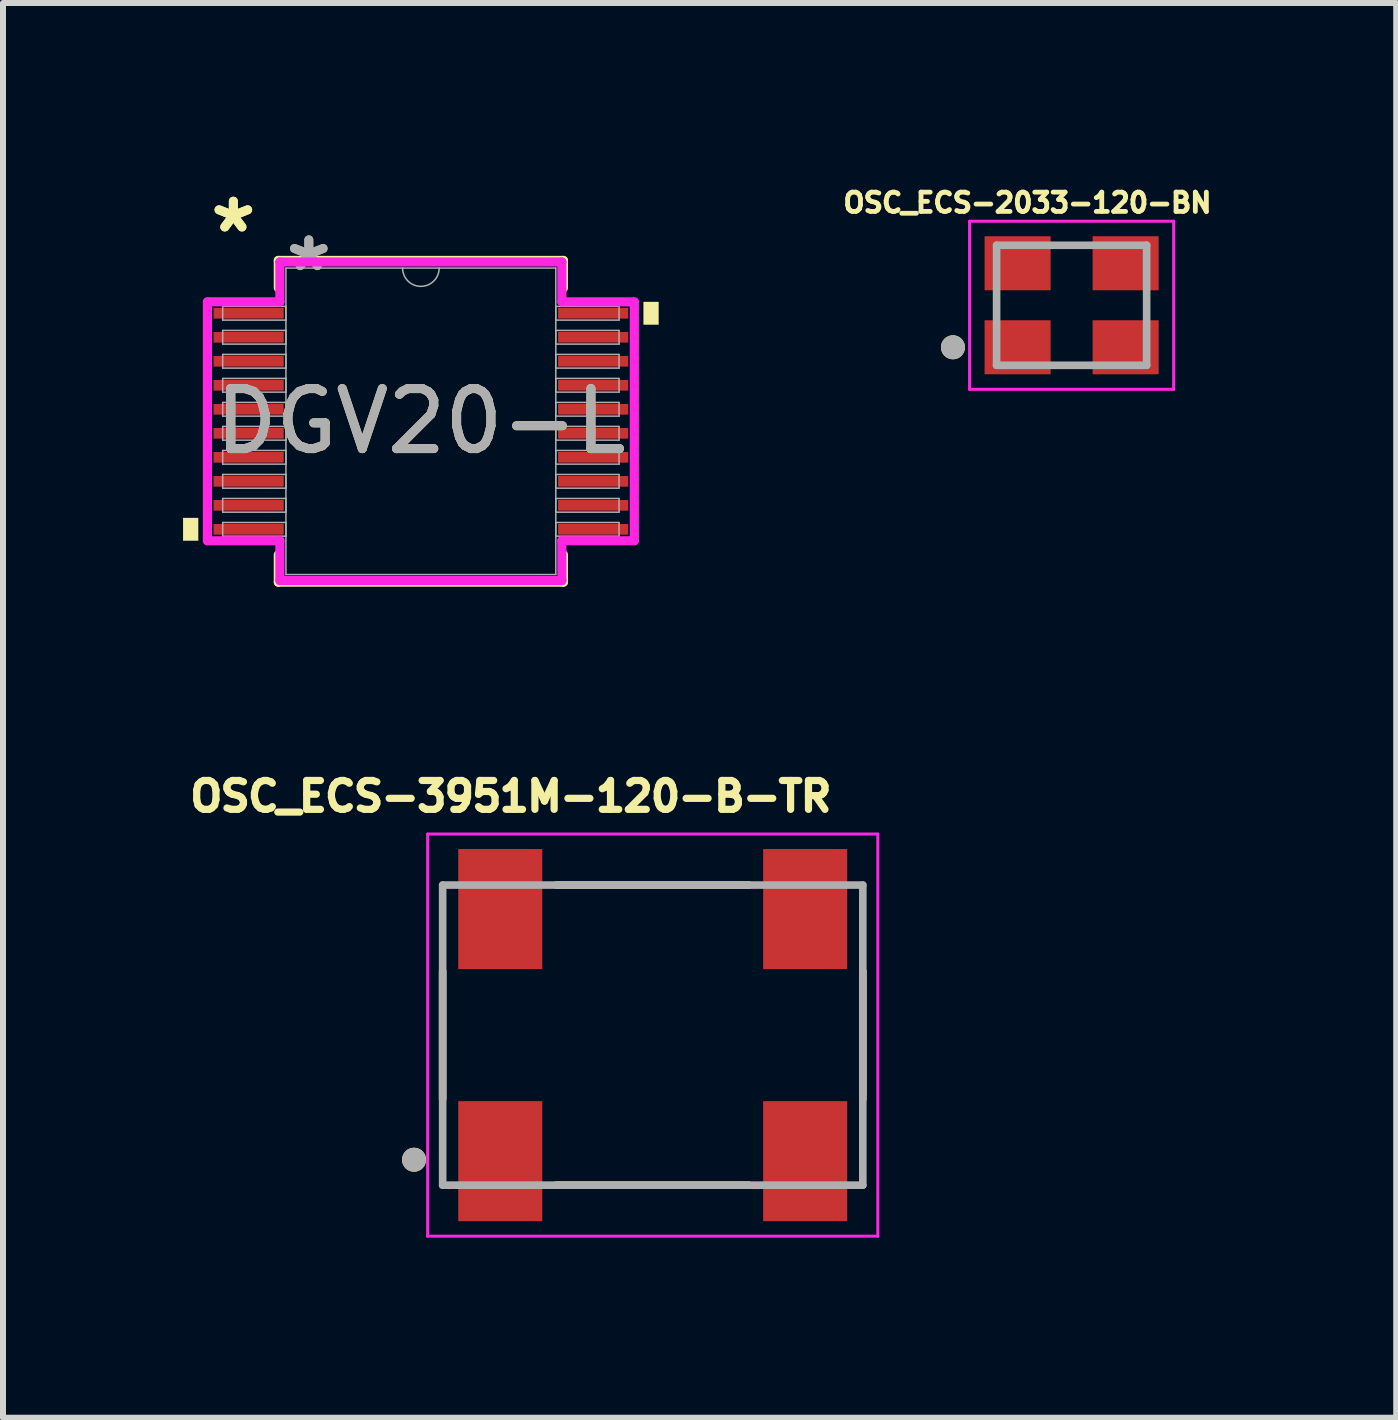
<source format=kicad_pcb>
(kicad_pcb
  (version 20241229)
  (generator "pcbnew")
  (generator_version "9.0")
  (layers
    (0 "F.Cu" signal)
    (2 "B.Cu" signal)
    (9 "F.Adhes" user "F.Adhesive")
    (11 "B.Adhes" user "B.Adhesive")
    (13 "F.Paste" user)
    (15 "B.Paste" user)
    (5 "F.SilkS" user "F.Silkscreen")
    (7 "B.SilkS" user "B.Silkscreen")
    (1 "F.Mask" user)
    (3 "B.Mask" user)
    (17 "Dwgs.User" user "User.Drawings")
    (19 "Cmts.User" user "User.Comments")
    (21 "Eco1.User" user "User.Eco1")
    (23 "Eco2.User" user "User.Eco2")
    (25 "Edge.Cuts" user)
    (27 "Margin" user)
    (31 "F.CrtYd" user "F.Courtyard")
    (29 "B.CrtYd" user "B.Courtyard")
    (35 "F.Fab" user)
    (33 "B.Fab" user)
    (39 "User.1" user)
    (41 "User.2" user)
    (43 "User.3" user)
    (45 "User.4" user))
  (footprint "OSC_ECS-3951M-120-B-TR"
    (layer "F.Cu")
    (at 7.825 14.196)
    (property "Reference" "OSC_ECS-3951M-120-B-TR" (at -2.364 -3.978 0) (layer "F.SilkS") (effects (font (size 0.481 0.481) (thickness 0.15))))
    (attr smd)
    (fp_line (start -3.5 -1.065) (end -3.5 1.065) (stroke (width 0.127) (type solid)) (layer "F.SilkS"))
    (fp_line (start -1.605 -2.5) (end 1.605 -2.5) (stroke (width 0.127) (type solid)) (layer "F.SilkS"))
    (fp_line (start -1.605 2.5) (end 1.605 2.5) (stroke (width 0.127) (type solid)) (layer "F.SilkS"))
    (fp_line (start 3.5 -1.065) (end 3.5 1.065) (stroke (width 0.127) (type solid)) (layer "F.SilkS"))
    (fp_circle (center -3.977 2.076) (end -3.877 2.076) (stroke (width 0.2) (type solid)) (fill no) (layer "F.SilkS"))
    (fp_line (start -3.75 -3.35) (end -3.75 3.35) (stroke (width 0.05) (type solid)) (layer "F.CrtYd"))
    (fp_line (start -3.75 -3.35) (end 3.75 -3.35) (stroke (width 0.05) (type solid)) (layer "F.CrtYd"))
    (fp_line (start -3.75 3.35) (end 3.75 3.35) (stroke (width 0.05) (type solid)) (layer "F.CrtYd"))
    (fp_line (start 3.75 3.35) (end 3.75 -3.35) (stroke (width 0.05) (type solid)) (layer "F.CrtYd"))
    (fp_line (start -3.5 -2.5) (end 3.5 -2.5) (stroke (width 0.127) (type solid)) (layer "F.Fab"))
    (fp_line (start -3.5 2.5) (end -3.5 -2.5) (stroke (width 0.127) (type solid)) (layer "F.Fab"))
    (fp_line (start 3.5 -2.5) (end 3.5 2.5) (stroke (width 0.127) (type solid)) (layer "F.Fab"))
    (fp_line (start 3.5 2.5) (end -3.5 2.5) (stroke (width 0.127) (type solid)) (layer "F.Fab"))
    (fp_circle (center -3.977 2.076) (end -3.877 2.076) (stroke (width 0.2) (type solid)) (fill no) (layer "F.Fab"))
    (pad "1" smd rect (at -2.54 2.1) (size 1.4 2) (layers "F.Cu" "F.Mask" "F.Paste"))
    (pad "2" smd rect (at 2.54 2.1) (size 1.4 2) (layers "F.Cu" "F.Mask" "F.Paste"))
    (pad "3" smd rect (at 2.54 -2.1) (size 1.4 2) (layers "F.Cu" "F.Mask" "F.Paste"))
    (pad "4" smd rect (at -2.54 -2.1) (size 1.4 2) (layers "F.Cu" "F.Mask" "F.Paste")))
  (footprint "DGV20-L"
    (layer "F.Cu")
    (at 3.962 3.969)
    (property "Reference" "DGV20-L" (at 0 0 0) (unlocked yes) (layer "F.SilkS") (effects (font (size 1 1) (thickness 0.15))))
    (attr smd)
    (fp_line (start -2.375 -2.68) (end -2.375 -2.222) (stroke (width 0.152) (type solid)) (layer "F.SilkS"))
    (fp_line (start -2.375 2.222) (end -2.375 2.68) (stroke (width 0.152) (type solid)) (layer "F.SilkS"))
    (fp_line (start -2.375 2.68) (end 2.375 2.68) (stroke (width 0.152) (type solid)) (layer "F.SilkS"))
    (fp_line (start 2.375 -2.68) (end -2.375 -2.68) (stroke (width 0.152) (type solid)) (layer "F.SilkS"))
    (fp_line (start 2.375 -2.222) (end 2.375 -2.68) (stroke (width 0.152) (type solid)) (layer "F.SilkS"))
    (fp_line (start 2.375 2.68) (end 2.375 2.222) (stroke (width 0.152) (type solid)) (layer "F.SilkS"))
    (fp_poly (pts (xy -3.962 1.609) (xy -3.962 1.99) (xy -3.708 1.99) (xy -3.708 1.609)) (stroke (width 0) (type solid)) (fill yes) (layer "F.SilkS"))
    (fp_poly (pts (xy 3.962 -1.99) (xy 3.962 -1.609) (xy 3.708 -1.609) (xy 3.708 -1.99)) (stroke (width 0) (type solid)) (fill yes) (layer "F.SilkS"))
    (fp_line (start -3.556 -1.99) (end -2.349 -1.99) (stroke (width 0.152) (type solid)) (layer "F.CrtYd"))
    (fp_line (start -3.556 1.99) (end -3.556 -1.99) (stroke (width 0.152) (type solid)) (layer "F.CrtYd"))
    (fp_line (start -3.556 1.99) (end -2.349 1.99) (stroke (width 0.152) (type solid)) (layer "F.CrtYd"))
    (fp_line (start -2.349 -2.654) (end 2.349 -2.654) (stroke (width 0.152) (type solid)) (layer "F.CrtYd"))
    (fp_line (start -2.349 -1.99) (end -2.349 -2.654) (stroke (width 0.152) (type solid)) (layer "F.CrtYd"))
    (fp_line (start -2.349 2.654) (end -2.349 1.99) (stroke (width 0.152) (type solid)) (layer "F.CrtYd"))
    (fp_line (start 2.349 -2.654) (end 2.349 -1.99) (stroke (width 0.152) (type solid)) (layer "F.CrtYd"))
    (fp_line (start 2.349 1.99) (end 2.349 2.654) (stroke (width 0.152) (type solid)) (layer "F.CrtYd"))
    (fp_line (start 2.349 2.654) (end -2.349 2.654) (stroke (width 0.152) (type solid)) (layer "F.CrtYd"))
    (fp_line (start 3.556 -1.99) (end 2.349 -1.99) (stroke (width 0.152) (type solid)) (layer "F.CrtYd"))
    (fp_line (start 3.556 -1.99) (end 3.556 1.99) (stroke (width 0.152) (type solid)) (layer "F.CrtYd"))
    (fp_line (start 3.556 1.99) (end 2.349 1.99) (stroke (width 0.152) (type solid)) (layer "F.CrtYd"))
    (fp_line (start -3.302 -1.914) (end -3.302 -1.686) (stroke (width 0.025) (type solid)) (layer "F.Fab"))
    (fp_line (start -3.302 -1.686) (end -2.248 -1.686) (stroke (width 0.025) (type solid)) (layer "F.Fab"))
    (fp_line (start -3.302 -1.514) (end -3.302 -1.286) (stroke (width 0.025) (type solid)) (layer "F.Fab"))
    (fp_line (start -3.302 -1.286) (end -2.248 -1.286) (stroke (width 0.025) (type solid)) (layer "F.Fab"))
    (fp_line (start -3.302 -1.114) (end -3.302 -0.886) (stroke (width 0.025) (type solid)) (layer "F.Fab"))
    (fp_line (start -3.302 -0.886) (end -2.248 -0.886) (stroke (width 0.025) (type solid)) (layer "F.Fab"))
    (fp_line (start -3.302 -0.714) (end -3.302 -0.486) (stroke (width 0.025) (type solid)) (layer "F.Fab"))
    (fp_line (start -3.302 -0.486) (end -2.248 -0.486) (stroke (width 0.025) (type solid)) (layer "F.Fab"))
    (fp_line (start -3.302 -0.314) (end -3.302 -0.086) (stroke (width 0.025) (type solid)) (layer "F.Fab"))
    (fp_line (start -3.302 -0.086) (end -2.248 -0.086) (stroke (width 0.025) (type solid)) (layer "F.Fab"))
    (fp_line (start -3.302 0.086) (end -3.302 0.314) (stroke (width 0.025) (type solid)) (layer "F.Fab"))
    (fp_line (start -3.302 0.314) (end -2.248 0.314) (stroke (width 0.025) (type solid)) (layer "F.Fab"))
    (fp_line (start -3.302 0.486) (end -3.302 0.714) (stroke (width 0.025) (type solid)) (layer "F.Fab"))
    (fp_line (start -3.302 0.714) (end -2.248 0.714) (stroke (width 0.025) (type solid)) (layer "F.Fab"))
    (fp_line (start -3.302 0.886) (end -3.302 1.114) (stroke (width 0.025) (type solid)) (layer "F.Fab"))
    (fp_line (start -3.302 1.114) (end -2.248 1.114) (stroke (width 0.025) (type solid)) (layer "F.Fab"))
    (fp_line (start -3.302 1.286) (end -3.302 1.514) (stroke (width 0.025) (type solid)) (layer "F.Fab"))
    (fp_line (start -3.302 1.514) (end -2.248 1.514) (stroke (width 0.025) (type solid)) (layer "F.Fab"))
    (fp_line (start -3.302 1.686) (end -3.302 1.914) (stroke (width 0.025) (type solid)) (layer "F.Fab"))
    (fp_line (start -3.302 1.914) (end -2.248 1.914) (stroke (width 0.025) (type solid)) (layer "F.Fab"))
    (fp_line (start -2.248 -2.553) (end -2.248 2.553) (stroke (width 0.025) (type solid)) (layer "F.Fab"))
    (fp_line (start -2.248 -1.914) (end -3.302 -1.914) (stroke (width 0.025) (type solid)) (layer "F.Fab"))
    (fp_line (start -2.248 -1.686) (end -2.248 -1.914) (stroke (width 0.025) (type solid)) (layer "F.Fab"))
    (fp_line (start -2.248 -1.514) (end -3.302 -1.514) (stroke (width 0.025) (type solid)) (layer "F.Fab"))
    (fp_line (start -2.248 -1.286) (end -2.248 -1.514) (stroke (width 0.025) (type solid)) (layer "F.Fab"))
    (fp_line (start -2.248 -1.114) (end -3.302 -1.114) (stroke (width 0.025) (type solid)) (layer "F.Fab"))
    (fp_line (start -2.248 -0.886) (end -2.248 -1.114) (stroke (width 0.025) (type solid)) (layer "F.Fab"))
    (fp_line (start -2.248 -0.714) (end -3.302 -0.714) (stroke (width 0.025) (type solid)) (layer "F.Fab"))
    (fp_line (start -2.248 -0.486) (end -2.248 -0.714) (stroke (width 0.025) (type solid)) (layer "F.Fab"))
    (fp_line (start -2.248 -0.314) (end -3.302 -0.314) (stroke (width 0.025) (type solid)) (layer "F.Fab"))
    (fp_line (start -2.248 -0.086) (end -2.248 -0.314) (stroke (width 0.025) (type solid)) (layer "F.Fab"))
    (fp_line (start -2.248 0.086) (end -3.302 0.086) (stroke (width 0.025) (type solid)) (layer "F.Fab"))
    (fp_line (start -2.248 0.314) (end -2.248 0.086) (stroke (width 0.025) (type solid)) (layer "F.Fab"))
    (fp_line (start -2.248 0.486) (end -3.302 0.486) (stroke (width 0.025) (type solid)) (layer "F.Fab"))
    (fp_line (start -2.248 0.714) (end -2.248 0.486) (stroke (width 0.025) (type solid)) (layer "F.Fab"))
    (fp_line (start -2.248 0.886) (end -3.302 0.886) (stroke (width 0.025) (type solid)) (layer "F.Fab"))
    (fp_line (start -2.248 1.114) (end -2.248 0.886) (stroke (width 0.025) (type solid)) (layer "F.Fab"))
    (fp_line (start -2.248 1.286) (end -3.302 1.286) (stroke (width 0.025) (type solid)) (layer "F.Fab"))
    (fp_line (start -2.248 1.514) (end -2.248 1.286) (stroke (width 0.025) (type solid)) (layer "F.Fab"))
    (fp_line (start -2.248 1.686) (end -3.302 1.686) (stroke (width 0.025) (type solid)) (layer "F.Fab"))
    (fp_line (start -2.248 1.914) (end -2.248 1.686) (stroke (width 0.025) (type solid)) (layer "F.Fab"))
    (fp_line (start -2.248 2.553) (end 2.248 2.553) (stroke (width 0.025) (type solid)) (layer "F.Fab"))
    (fp_line (start 2.248 -2.553) (end -2.248 -2.553) (stroke (width 0.025) (type solid)) (layer "F.Fab"))
    (fp_line (start 2.248 -1.914) (end 2.248 -1.686) (stroke (width 0.025) (type solid)) (layer "F.Fab"))
    (fp_line (start 2.248 -1.686) (end 3.302 -1.686) (stroke (width 0.025) (type solid)) (layer "F.Fab"))
    (fp_line (start 2.248 -1.514) (end 2.248 -1.286) (stroke (width 0.025) (type solid)) (layer "F.Fab"))
    (fp_line (start 2.248 -1.286) (end 3.302 -1.286) (stroke (width 0.025) (type solid)) (layer "F.Fab"))
    (fp_line (start 2.248 -1.114) (end 2.248 -0.886) (stroke (width 0.025) (type solid)) (layer "F.Fab"))
    (fp_line (start 2.248 -0.886) (end 3.302 -0.886) (stroke (width 0.025) (type solid)) (layer "F.Fab"))
    (fp_line (start 2.248 -0.714) (end 2.248 -0.486) (stroke (width 0.025) (type solid)) (layer "F.Fab"))
    (fp_line (start 2.248 -0.486) (end 3.302 -0.486) (stroke (width 0.025) (type solid)) (layer "F.Fab"))
    (fp_line (start 2.248 -0.314) (end 2.248 -0.086) (stroke (width 0.025) (type solid)) (layer "F.Fab"))
    (fp_line (start 2.248 -0.086) (end 3.302 -0.086) (stroke (width 0.025) (type solid)) (layer "F.Fab"))
    (fp_line (start 2.248 0.086) (end 2.248 0.314) (stroke (width 0.025) (type solid)) (layer "F.Fab"))
    (fp_line (start 2.248 0.314) (end 3.302 0.314) (stroke (width 0.025) (type solid)) (layer "F.Fab"))
    (fp_line (start 2.248 0.486) (end 2.248 0.714) (stroke (width 0.025) (type solid)) (layer "F.Fab"))
    (fp_line (start 2.248 0.714) (end 3.302 0.714) (stroke (width 0.025) (type solid)) (layer "F.Fab"))
    (fp_line (start 2.248 0.886) (end 2.248 1.114) (stroke (width 0.025) (type solid)) (layer "F.Fab"))
    (fp_line (start 2.248 1.114) (end 3.302 1.114) (stroke (width 0.025) (type solid)) (layer "F.Fab"))
    (fp_line (start 2.248 1.286) (end 2.248 1.514) (stroke (width 0.025) (type solid)) (layer "F.Fab"))
    (fp_line (start 2.248 1.514) (end 3.302 1.514) (stroke (width 0.025) (type solid)) (layer "F.Fab"))
    (fp_line (start 2.248 1.686) (end 2.248 1.914) (stroke (width 0.025) (type solid)) (layer "F.Fab"))
    (fp_line (start 2.248 1.914) (end 3.302 1.914) (stroke (width 0.025) (type solid)) (layer "F.Fab"))
    (fp_line (start 2.248 2.553) (end 2.248 -2.553) (stroke (width 0.025) (type solid)) (layer "F.Fab"))
    (fp_line (start 3.302 -1.914) (end 2.248 -1.914) (stroke (width 0.025) (type solid)) (layer "F.Fab"))
    (fp_line (start 3.302 -1.686) (end 3.302 -1.914) (stroke (width 0.025) (type solid)) (layer "F.Fab"))
    (fp_line (start 3.302 -1.514) (end 2.248 -1.514) (stroke (width 0.025) (type solid)) (layer "F.Fab"))
    (fp_line (start 3.302 -1.286) (end 3.302 -1.514) (stroke (width 0.025) (type solid)) (layer "F.Fab"))
    (fp_line (start 3.302 -1.114) (end 2.248 -1.114) (stroke (width 0.025) (type solid)) (layer "F.Fab"))
    (fp_line (start 3.302 -0.886) (end 3.302 -1.114) (stroke (width 0.025) (type solid)) (layer "F.Fab"))
    (fp_line (start 3.302 -0.714) (end 2.248 -0.714) (stroke (width 0.025) (type solid)) (layer "F.Fab"))
    (fp_line (start 3.302 -0.486) (end 3.302 -0.714) (stroke (width 0.025) (type solid)) (layer "F.Fab"))
    (fp_line (start 3.302 -0.314) (end 2.248 -0.314) (stroke (width 0.025) (type solid)) (layer "F.Fab"))
    (fp_line (start 3.302 -0.086) (end 3.302 -0.314) (stroke (width 0.025) (type solid)) (layer "F.Fab"))
    (fp_line (start 3.302 0.086) (end 2.248 0.086) (stroke (width 0.025) (type solid)) (layer "F.Fab"))
    (fp_line (start 3.302 0.314) (end 3.302 0.086) (stroke (width 0.025) (type solid)) (layer "F.Fab"))
    (fp_line (start 3.302 0.486) (end 2.248 0.486) (stroke (width 0.025) (type solid)) (layer "F.Fab"))
    (fp_line (start 3.302 0.714) (end 3.302 0.486) (stroke (width 0.025) (type solid)) (layer "F.Fab"))
    (fp_line (start 3.302 0.886) (end 2.248 0.886) (stroke (width 0.025) (type solid)) (layer "F.Fab"))
    (fp_line (start 3.302 1.114) (end 3.302 0.886) (stroke (width 0.025) (type solid)) (layer "F.Fab"))
    (fp_line (start 3.302 1.286) (end 2.248 1.286) (stroke (width 0.025) (type solid)) (layer "F.Fab"))
    (fp_line (start 3.302 1.514) (end 3.302 1.286) (stroke (width 0.025) (type solid)) (layer "F.Fab"))
    (fp_line (start 3.302 1.686) (end 2.248 1.686) (stroke (width 0.025) (type solid)) (layer "F.Fab"))
    (fp_line (start 3.302 1.914) (end 3.302 1.686) (stroke (width 0.025) (type solid)) (layer "F.Fab"))
    (fp_arc (start 0.3048 -2.5527) (mid 0 -2.2479) (end -0.3048 -2.5527) (stroke (width 0.0254) (type solid)) (layer "F.Fab"))
    (fp_text user "*" (at -3.124 -3.121 0) (unlocked yes) (layer "F.SilkS") (effects (font (size 1 1) (thickness 0.15))))
    (fp_text user "*" (at -3.124 -3.121 0) (layer "F.SilkS") (effects (font (size 1 1) (thickness 0.15))))
    (fp_text user "*" (at -1.867 -2.477 0) (unlocked yes) (layer "F.Fab") (effects (font (size 1 1) (thickness 0.15))))
    (fp_text user "*" (at -1.867 -2.477 0) (layer "F.Fab") (effects (font (size 1 1) (thickness 0.15))))
    (fp_text user "${REFERENCE}" (at 0 0 0) (unlocked yes) (layer "F.Fab") (effects (font (size 1 1) (thickness 0.15))))
    (pad "1" smd rect (at -2.87 -1.8) (size 1.168 0.178) (layers "F.Cu" "F.Mask" "F.Paste"))
    (pad "2" smd rect (at -2.87 -1.4) (size 1.168 0.178) (layers "F.Cu" "F.Mask" "F.Paste"))
    (pad "3" smd rect (at -2.87 -1) (size 1.168 0.178) (layers "F.Cu" "F.Mask" "F.Paste"))
    (pad "4" smd rect (at -2.87 -0.6) (size 1.168 0.178) (layers "F.Cu" "F.Mask" "F.Paste"))
    (pad "5" smd rect (at -2.87 -0.2) (size 1.168 0.178) (layers "F.Cu" "F.Mask" "F.Paste"))
    (pad "6" smd rect (at -2.87 0.2) (size 1.168 0.178) (layers "F.Cu" "F.Mask" "F.Paste"))
    (pad "7" smd rect (at -2.87 0.6) (size 1.168 0.178) (layers "F.Cu" "F.Mask" "F.Paste"))
    (pad "8" smd rect (at -2.87 1) (size 1.168 0.178) (layers "F.Cu" "F.Mask" "F.Paste"))
    (pad "9" smd rect (at -2.87 1.4) (size 1.168 0.178) (layers "F.Cu" "F.Mask" "F.Paste"))
    (pad "10" smd rect (at -2.87 1.8) (size 1.168 0.178) (layers "F.Cu" "F.Mask" "F.Paste"))
    (pad "11" smd rect (at 2.87 1.8) (size 1.168 0.178) (layers "F.Cu" "F.Mask" "F.Paste"))
    (pad "12" smd rect (at 2.87 1.4) (size 1.168 0.178) (layers "F.Cu" "F.Mask" "F.Paste"))
    (pad "13" smd rect (at 2.87 1) (size 1.168 0.178) (layers "F.Cu" "F.Mask" "F.Paste"))
    (pad "14" smd rect (at 2.87 0.6) (size 1.168 0.178) (layers "F.Cu" "F.Mask" "F.Paste"))
    (pad "15" smd rect (at 2.87 0.2) (size 1.168 0.178) (layers "F.Cu" "F.Mask" "F.Paste"))
    (pad "16" smd rect (at 2.87 -0.2) (size 1.168 0.178) (layers "F.Cu" "F.Mask" "F.Paste"))
    (pad "17" smd rect (at 2.87 -0.6) (size 1.168 0.178) (layers "F.Cu" "F.Mask" "F.Paste"))
    (pad "18" smd rect (at 2.87 -1) (size 1.168 0.178) (layers "F.Cu" "F.Mask" "F.Paste"))
    (pad "19" smd rect (at 2.87 -1.4) (size 1.168 0.178) (layers "F.Cu" "F.Mask" "F.Paste"))
    (pad "20" smd rect (at 2.87 -1.8) (size 1.168 0.178) (layers "F.Cu" "F.Mask" "F.Paste")))
  (footprint "OSC_ECS-2033-120-BN"
    (layer "F.Cu")
    (at 14.804 2.036)
    (property "Reference" "OSC_ECS-2033-120-BN" (at -0.736 -1.708 0) (layer "F.SilkS") (effects (font (size 0.321 0.321) (thickness 0.15))))
    (attr smd)
    (fp_circle (center -1.977 0.7) (end -1.877 0.7) (stroke (width 0.2) (type solid)) (fill no) (layer "F.SilkS"))
    (fp_line (start -1.7 -1.4) (end 1.7 -1.4) (stroke (width 0.05) (type solid)) (layer "F.CrtYd"))
    (fp_line (start -1.7 1.4) (end -1.7 -1.4) (stroke (width 0.05) (type solid)) (layer "F.CrtYd"))
    (fp_line (start 1.7 -1.4) (end 1.7 1.4) (stroke (width 0.05) (type solid)) (layer "F.CrtYd"))
    (fp_line (start 1.7 1.4) (end -1.7 1.4) (stroke (width 0.05) (type solid)) (layer "F.CrtYd"))
    (fp_line (start -1.25 -1) (end 1.25 -1) (stroke (width 0.127) (type solid)) (layer "F.Fab"))
    (fp_line (start -1.25 1) (end -1.25 -1) (stroke (width 0.127) (type solid)) (layer "F.Fab"))
    (fp_line (start 1.25 -1) (end 1.25 1) (stroke (width 0.127) (type solid)) (layer "F.Fab"))
    (fp_line (start 1.25 1) (end -1.25 1) (stroke (width 0.127) (type solid)) (layer "F.Fab"))
    (fp_circle (center -1.977 0.7) (end -1.877 0.7) (stroke (width 0.2) (type solid)) (fill no) (layer "F.Fab"))
    (pad "1" smd rect (at -0.9 0.7) (size 1.1 0.9) (layers "F.Cu" "F.Mask" "F.Paste"))
    (pad "2" smd rect (at 0.9 0.7) (size 1.1 0.9) (layers "F.Cu" "F.Mask" "F.Paste"))
    (pad "3" smd rect (at 0.9 -0.7) (size 1.1 0.9) (layers "F.Cu" "F.Mask" "F.Paste"))
    (pad "4" smd rect (at -0.9 -0.7) (size 1.1 0.9) (layers "F.Cu" "F.Mask" "F.Paste")))
  (gr_rect
    (start -3 -3)
    (end 20.212 20.571)
    (stroke (width 0.1) (type default))
    (fill no)
    (layer "Edge.Cuts")))
</source>
